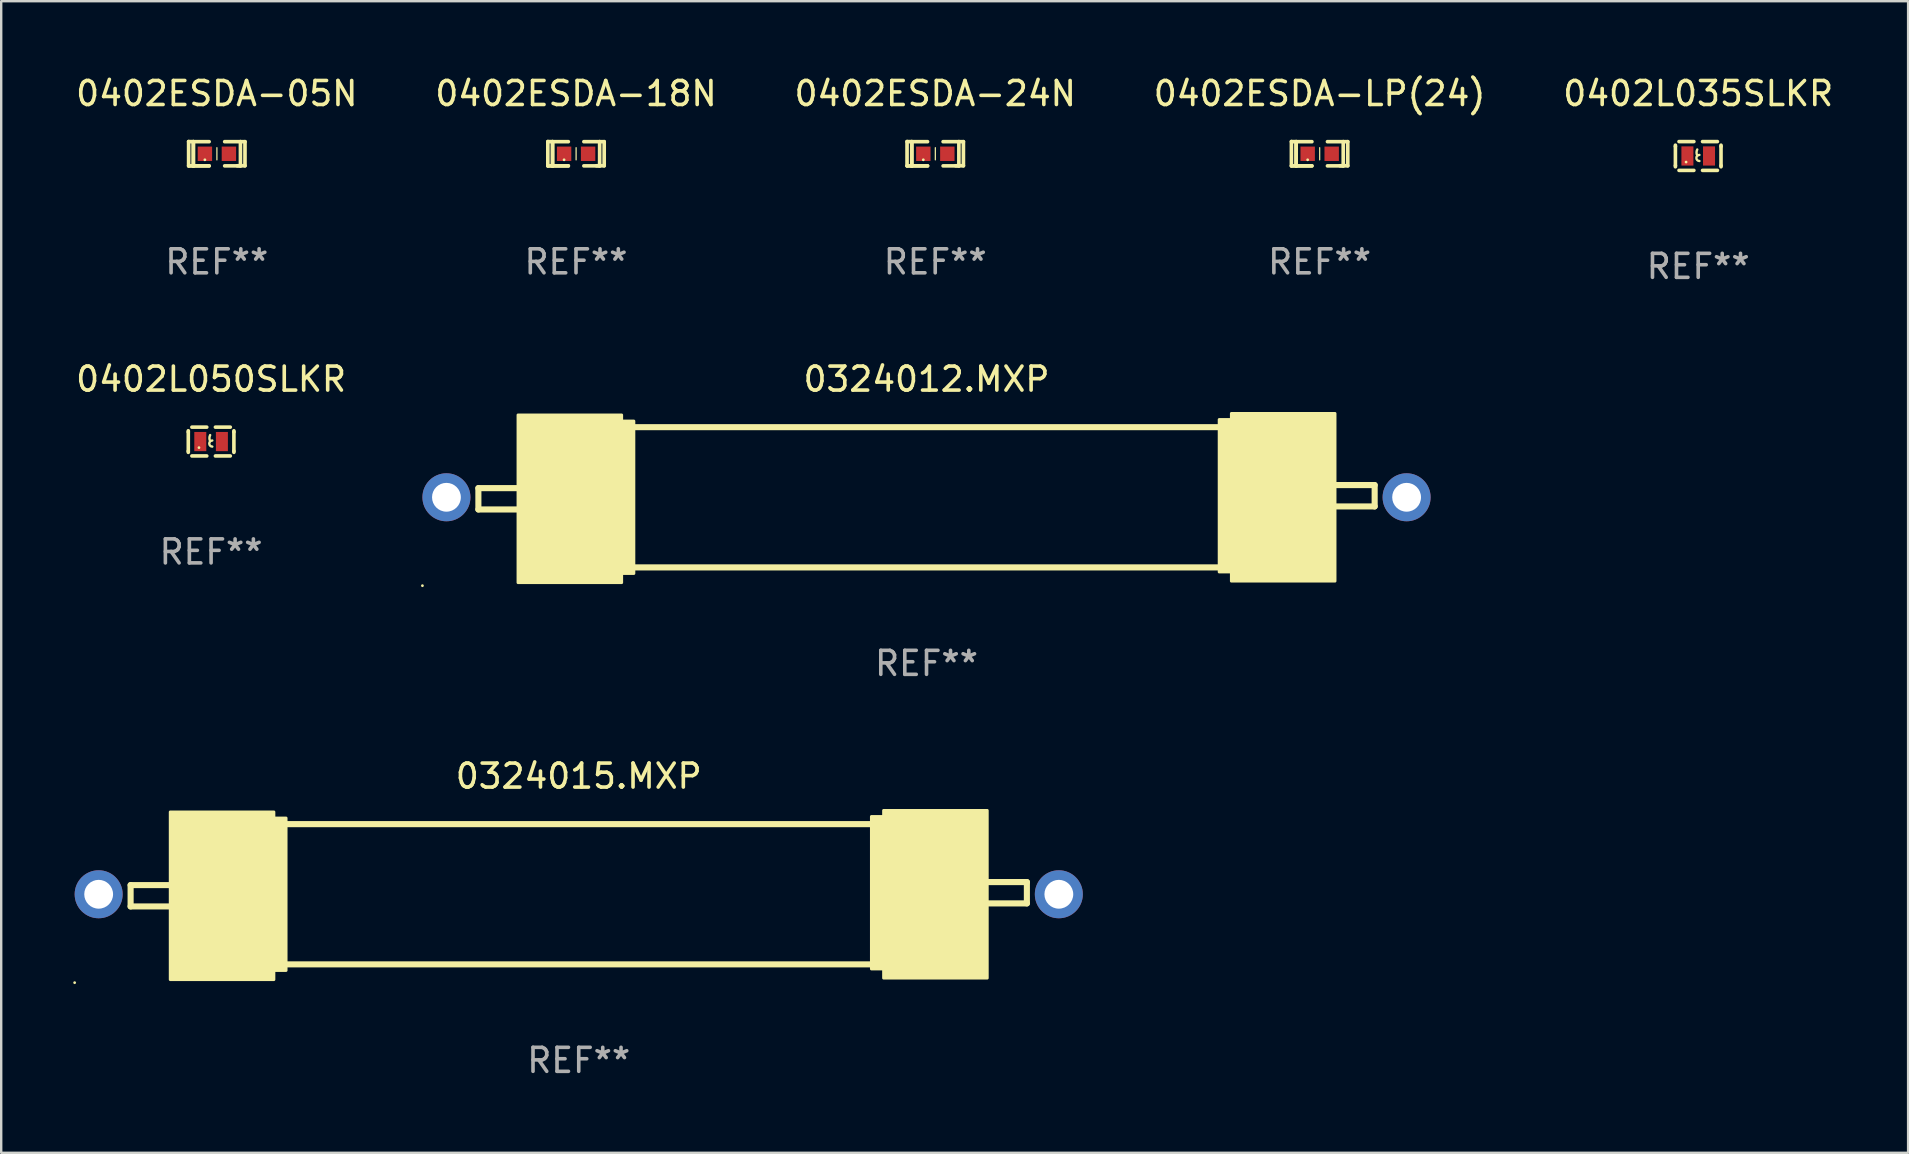
<source format=kicad_pcb>
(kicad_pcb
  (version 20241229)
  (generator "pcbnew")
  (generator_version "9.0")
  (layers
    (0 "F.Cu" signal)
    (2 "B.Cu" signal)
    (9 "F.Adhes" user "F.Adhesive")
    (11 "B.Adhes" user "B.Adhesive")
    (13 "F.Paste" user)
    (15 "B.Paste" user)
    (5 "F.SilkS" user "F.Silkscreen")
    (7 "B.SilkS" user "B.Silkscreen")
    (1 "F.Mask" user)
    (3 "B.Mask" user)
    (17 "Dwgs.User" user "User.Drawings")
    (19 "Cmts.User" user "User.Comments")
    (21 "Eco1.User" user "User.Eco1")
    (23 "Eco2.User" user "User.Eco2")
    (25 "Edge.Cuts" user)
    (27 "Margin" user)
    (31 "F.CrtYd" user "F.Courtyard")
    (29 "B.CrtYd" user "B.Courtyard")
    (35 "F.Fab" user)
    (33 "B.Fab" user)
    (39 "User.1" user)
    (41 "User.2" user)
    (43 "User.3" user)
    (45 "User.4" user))
  (footprint "0402ESDA-LP(24)"
    (layer "F.Cu")
    (at 51.923 3.354)
    (property "Reference" "0402ESDA-LP(24)" (at 0 -2.506 0) (layer "F.SilkS") (effects (font (size 1 1) (thickness 0.15))))
    (attr through_hole)
    (fp_line (start -1.174 -0.506) (end -0.977 -0.502) (stroke (width 0.152) (type solid)) (layer "F.SilkS"))
    (fp_line (start -1.174 0.506) (end -1.174 -0.506) (stroke (width 0.152) (type solid)) (layer "F.SilkS"))
    (fp_line (start -0.977 -0.502) (end -0.977 0.506) (stroke (width 0.152) (type solid)) (layer "F.SilkS"))
    (fp_line (start -0.977 -0.502) (end -0.977 0.506) (stroke (width 0.152) (type solid)) (layer "F.SilkS"))
    (fp_line (start -0.977 0.506) (end -1.166 0.506) (stroke (width 0.152) (type solid)) (layer "F.SilkS"))
    (fp_line (start -0.977 0.506) (end -0.32 0.506) (stroke (width 0.152) (type solid)) (layer "F.SilkS"))
    (fp_line (start -0.977 0.506) (end -0.32 0.506) (stroke (width 0.152) (type solid)) (layer "F.SilkS"))
    (fp_line (start -0.971 0.506) (end -1.174 0.506) (stroke (width 0.152) (type solid)) (layer "F.SilkS"))
    (fp_line (start -0.32 -0.502) (end -0.977 -0.502) (stroke (width 0.152) (type solid)) (layer "F.SilkS"))
    (fp_line (start 0.004 -0.252) (end 0.004 0.256) (stroke (width 0.051) (type solid)) (layer "F.SilkS"))
    (fp_line (start 0.328 0.506) (end 0.985 0.506) (stroke (width 0.152) (type solid)) (layer "F.SilkS"))
    (fp_line (start 0.985 -0.502) (end 0.328 -0.502) (stroke (width 0.152) (type solid)) (layer "F.SilkS"))
    (fp_line (start 0.985 -0.502) (end 1.174 -0.502) (stroke (width 0.152) (type solid)) (layer "F.SilkS"))
    (fp_line (start 0.985 0.506) (end 0.985 -0.502) (stroke (width 0.152) (type solid)) (layer "F.SilkS"))
    (fp_line (start 1.174 -0.502) (end 1.174 0.502) (stroke (width 0.152) (type solid)) (layer "F.SilkS"))
    (fp_line (start 1.174 0.502) (end 0.851 0.502) (stroke (width 0.152) (type solid)) (layer "F.SilkS"))
    (fp_circle (center -0.497 0.253) (end -0.467 0.253) (stroke (width 0.06) (type solid)) (fill no) (layer "F.SilkS"))
    (fp_text user "REF**" (at 0 4.506 0) (layer "F.Fab") (effects (font (size 1 1) (thickness 0.15))))
    (pad "1" smd rect (at -0.496 0.002) (size 0.6 0.6) (layers "F.Cu" "F.Mask" "F.Paste"))
    (pad "2" smd rect (at 0.504 0.002) (size 0.6 0.6) (layers "F.Cu" "F.Mask" "F.Paste")))
  (footprint "0324012.MXP"
    (layer "F.Cu")
    (at 35.548 17.666)
    (property "Reference" "0324012.MXP" (at 0 -4.921 0) (layer "F.SilkS") (effects (font (size 1 1) (thickness 0.15))))
    (attr through_hole)
    (fp_line (start -18.669 -0.381) (end -17.018 -0.381) (stroke (width 0.254) (type solid)) (layer "F.SilkS"))
    (fp_line (start -18.669 0.508) (end -18.669 -0.381) (stroke (width 0.254) (type solid)) (layer "F.SilkS"))
    (fp_line (start -17.018 0.508) (end -18.669 0.508) (stroke (width 0.254) (type solid)) (layer "F.SilkS"))
    (fp_line (start -12.192 -2.921) (end 12.192 -2.921) (stroke (width 0.254) (type solid)) (layer "F.SilkS"))
    (fp_line (start -12.192 2.921) (end 12.192 2.921) (stroke (width 0.254) (type solid)) (layer "F.SilkS"))
    (fp_line (start 17.018 -0.508) (end 18.669 -0.508) (stroke (width 0.254) (type solid)) (layer "F.SilkS"))
    (fp_line (start 18.669 -0.508) (end 18.669 0.381) (stroke (width 0.254) (type solid)) (layer "F.SilkS"))
    (fp_line (start 18.669 0.381) (end 17.018 0.381) (stroke (width 0.254) (type solid)) (layer "F.SilkS"))
    (fp_circle (center -21 3.683) (end -20.97 3.683) (stroke (width 0.06) (type solid)) (fill no) (layer "F.SilkS"))
    (fp_poly (pts (xy -17.018 -3.429) (xy -12.7 -3.429) (xy -12.7 3.556) (xy -17.018 3.556)) (stroke (width 0.12) (type solid)) (fill yes) (layer "F.SilkS"))
    (fp_poly (pts (xy -12.7 -3.175) (xy -12.192 -3.175) (xy -12.192 3.175) (xy -12.7 3.175)) (stroke (width 0.12) (type solid)) (fill yes) (layer "F.SilkS"))
    (fp_poly (pts (xy 12.192 -3.239) (xy 12.7 -3.239) (xy 12.7 3.112) (xy 12.192 3.112)) (stroke (width 0.12) (type solid)) (fill yes) (layer "F.SilkS"))
    (fp_poly (pts (xy 12.7 -3.493) (xy 17.018 -3.493) (xy 17.018 3.493) (xy 12.7 3.493)) (stroke (width 0.12) (type solid)) (fill yes) (layer "F.SilkS"))
    (fp_text user "REF**" (at 0 6.921 0) (layer "F.Fab") (effects (font (size 1 1) (thickness 0.15))))
    (pad "1" thru_hole circle (at -20 0) (size 2 2) (drill 1.2) (layers "*.Cu" "*.Mask"))
    (pad "2" thru_hole circle (at 20 0) (size 2 2) (drill 1.2) (layers "*.Cu" "*.Mask")))
  (footprint "0402ESDA-05N"
    (layer "F.Cu")
    (at 5.982 3.354)
    (property "Reference" "0402ESDA-05N" (at 0 -2.506 0) (layer "F.SilkS") (effects (font (size 1 1) (thickness 0.15))))
    (attr through_hole)
    (fp_line (start -1.174 -0.506) (end -0.977 -0.502) (stroke (width 0.152) (type solid)) (layer "F.SilkS"))
    (fp_line (start -1.174 0.506) (end -1.174 -0.506) (stroke (width 0.152) (type solid)) (layer "F.SilkS"))
    (fp_line (start -0.977 -0.502) (end -0.977 0.506) (stroke (width 0.152) (type solid)) (layer "F.SilkS"))
    (fp_line (start -0.977 -0.502) (end -0.977 0.506) (stroke (width 0.152) (type solid)) (layer "F.SilkS"))
    (fp_line (start -0.977 0.506) (end -1.166 0.506) (stroke (width 0.152) (type solid)) (layer "F.SilkS"))
    (fp_line (start -0.977 0.506) (end -0.32 0.506) (stroke (width 0.152) (type solid)) (layer "F.SilkS"))
    (fp_line (start -0.977 0.506) (end -0.32 0.506) (stroke (width 0.152) (type solid)) (layer "F.SilkS"))
    (fp_line (start -0.971 0.506) (end -1.174 0.506) (stroke (width 0.152) (type solid)) (layer "F.SilkS"))
    (fp_line (start -0.32 -0.502) (end -0.977 -0.502) (stroke (width 0.152) (type solid)) (layer "F.SilkS"))
    (fp_line (start 0.004 -0.252) (end 0.004 0.256) (stroke (width 0.051) (type solid)) (layer "F.SilkS"))
    (fp_line (start 0.328 0.506) (end 0.985 0.506) (stroke (width 0.152) (type solid)) (layer "F.SilkS"))
    (fp_line (start 0.985 -0.502) (end 0.328 -0.502) (stroke (width 0.152) (type solid)) (layer "F.SilkS"))
    (fp_line (start 0.985 -0.502) (end 1.174 -0.502) (stroke (width 0.152) (type solid)) (layer "F.SilkS"))
    (fp_line (start 0.985 0.506) (end 0.985 -0.502) (stroke (width 0.152) (type solid)) (layer "F.SilkS"))
    (fp_line (start 1.174 -0.502) (end 1.174 0.502) (stroke (width 0.152) (type solid)) (layer "F.SilkS"))
    (fp_line (start 1.174 0.502) (end 0.851 0.502) (stroke (width 0.152) (type solid)) (layer "F.SilkS"))
    (fp_circle (center -0.497 0.253) (end -0.467 0.253) (stroke (width 0.06) (type solid)) (fill no) (layer "F.SilkS"))
    (fp_text user "REF**" (at 0 4.506 0) (layer "F.Fab") (effects (font (size 1 1) (thickness 0.15))))
    (pad "1" smd rect (at -0.496 0.002) (size 0.6 0.6) (layers "F.Cu" "F.Mask" "F.Paste"))
    (pad "2" smd rect (at 0.504 0.002) (size 0.6 0.6) (layers "F.Cu" "F.Mask" "F.Paste")))
  (footprint "0324015.MXP"
    (layer "F.Cu")
    (at 21.06 34.204)
    (property "Reference" "0324015.MXP" (at 0 -4.921 0) (layer "F.SilkS") (effects (font (size 1 1) (thickness 0.15))))
    (attr through_hole)
    (fp_line (start -18.669 -0.381) (end -17.018 -0.381) (stroke (width 0.254) (type solid)) (layer "F.SilkS"))
    (fp_line (start -18.669 0.508) (end -18.669 -0.381) (stroke (width 0.254) (type solid)) (layer "F.SilkS"))
    (fp_line (start -17.018 0.508) (end -18.669 0.508) (stroke (width 0.254) (type solid)) (layer "F.SilkS"))
    (fp_line (start -12.192 -2.921) (end 12.192 -2.921) (stroke (width 0.254) (type solid)) (layer "F.SilkS"))
    (fp_line (start -12.192 2.921) (end 12.192 2.921) (stroke (width 0.254) (type solid)) (layer "F.SilkS"))
    (fp_line (start 17.018 -0.508) (end 18.669 -0.508) (stroke (width 0.254) (type solid)) (layer "F.SilkS"))
    (fp_line (start 18.669 -0.508) (end 18.669 0.381) (stroke (width 0.254) (type solid)) (layer "F.SilkS"))
    (fp_line (start 18.669 0.381) (end 17.018 0.381) (stroke (width 0.254) (type solid)) (layer "F.SilkS"))
    (fp_circle (center -21 3.683) (end -20.97 3.683) (stroke (width 0.06) (type solid)) (fill no) (layer "F.SilkS"))
    (fp_poly (pts (xy -17.018 -3.429) (xy -12.7 -3.429) (xy -12.7 3.556) (xy -17.018 3.556)) (stroke (width 0.12) (type solid)) (fill yes) (layer "F.SilkS"))
    (fp_poly (pts (xy -12.7 -3.175) (xy -12.192 -3.175) (xy -12.192 3.175) (xy -12.7 3.175)) (stroke (width 0.12) (type solid)) (fill yes) (layer "F.SilkS"))
    (fp_poly (pts (xy 12.192 -3.239) (xy 12.7 -3.239) (xy 12.7 3.112) (xy 12.192 3.112)) (stroke (width 0.12) (type solid)) (fill yes) (layer "F.SilkS"))
    (fp_poly (pts (xy 12.7 -3.493) (xy 17.018 -3.493) (xy 17.018 3.493) (xy 12.7 3.493)) (stroke (width 0.12) (type solid)) (fill yes) (layer "F.SilkS"))
    (fp_text user "REF**" (at 0 6.921 0) (layer "F.Fab") (effects (font (size 1 1) (thickness 0.15))))
    (pad "1" thru_hole circle (at -20 0) (size 2 2) (drill 1.2) (layers "*.Cu" "*.Mask"))
    (pad "2" thru_hole circle (at 20 0) (size 2 2) (drill 1.2) (layers "*.Cu" "*.Mask")))
  (footprint "0402L035SLKR"
    (layer "F.Cu")
    (at 67.696 3.448)
    (property "Reference" "0402L035SLKR" (at 0 -2.6 0) (layer "F.SilkS") (effects (font (size 1 1) (thickness 0.15))))
    (attr through_hole)
    (fp_line (start -0.95 -0.45) (end -0.95 -0.4) (stroke (width 0.15) (type solid)) (layer "F.SilkS"))
    (fp_line (start -0.95 -0.4) (end -0.95 0.4) (stroke (width 0.15) (type solid)) (layer "F.SilkS"))
    (fp_line (start -0.95 0.45) (end -0.95 0.4) (stroke (width 0.15) (type solid)) (layer "F.SilkS"))
    (fp_line (start -0.18 -0.6) (end -0.8 -0.6) (stroke (width 0.15) (type solid)) (layer "F.SilkS"))
    (fp_line (start -0.18 0.6) (end -0.8 0.6) (stroke (width 0.15) (type solid)) (layer "F.SilkS"))
    (fp_line (start 0.18 -0.6) (end 0.8 -0.6) (stroke (width 0.15) (type solid)) (layer "F.SilkS"))
    (fp_line (start 0.18 0.6) (end 0.8 0.6) (stroke (width 0.15) (type solid)) (layer "F.SilkS"))
    (fp_line (start 0.95 -0.45) (end 0.95 -0.4) (stroke (width 0.15) (type solid)) (layer "F.SilkS"))
    (fp_line (start 0.95 -0.4) (end 0.95 0.4) (stroke (width 0.15) (type solid)) (layer "F.SilkS"))
    (fp_line (start 0.95 0.45) (end 0.95 0.4) (stroke (width 0.15) (type solid)) (layer "F.SilkS"))
    (fp_arc (start -0.039942 -0.016052) (mid -0.069923 -0.143053) (end -0.039942 -0.270053) (stroke (width 0.1) (type solid)) (layer "F.SilkS"))
    (fp_arc (start 0.050076 0.209957) (mid -0.076924 0.082957) (end 0.050076 -0.044043) (stroke (width 0.1) (type solid)) (layer "F.SilkS"))
    (fp_circle (center -0.505 0.253) (end -0.475 0.253) (stroke (width 0.06) (type solid)) (fill no) (layer "F.SilkS"))
    (fp_text user "REF**" (at 0 4.6 0) (layer "F.Fab") (effects (font (size 1 1) (thickness 0.15))))
    (pad "1" smd rect (at -0.45 -0.000051) (size 0.5 0.8) (layers "F.Cu" "F.Mask" "F.Paste"))
    (pad "2" smd rect (at 0.45 -0.000051) (size 0.5 0.8) (layers "F.Cu" "F.Mask" "F.Paste")))
  (footprint "0402ESDA-24N"
    (layer "F.Cu")
    (at 35.911 3.354)
    (property "Reference" "0402ESDA-24N" (at 0 -2.506 0) (layer "F.SilkS") (effects (font (size 1 1) (thickness 0.15))))
    (attr through_hole)
    (fp_line (start -1.174 -0.506) (end -0.977 -0.502) (stroke (width 0.152) (type solid)) (layer "F.SilkS"))
    (fp_line (start -1.174 0.506) (end -1.174 -0.506) (stroke (width 0.152) (type solid)) (layer "F.SilkS"))
    (fp_line (start -0.977 -0.502) (end -0.977 0.506) (stroke (width 0.152) (type solid)) (layer "F.SilkS"))
    (fp_line (start -0.977 -0.502) (end -0.977 0.506) (stroke (width 0.152) (type solid)) (layer "F.SilkS"))
    (fp_line (start -0.977 0.506) (end -1.166 0.506) (stroke (width 0.152) (type solid)) (layer "F.SilkS"))
    (fp_line (start -0.977 0.506) (end -0.32 0.506) (stroke (width 0.152) (type solid)) (layer "F.SilkS"))
    (fp_line (start -0.977 0.506) (end -0.32 0.506) (stroke (width 0.152) (type solid)) (layer "F.SilkS"))
    (fp_line (start -0.971 0.506) (end -1.174 0.506) (stroke (width 0.152) (type solid)) (layer "F.SilkS"))
    (fp_line (start -0.32 -0.502) (end -0.977 -0.502) (stroke (width 0.152) (type solid)) (layer "F.SilkS"))
    (fp_line (start 0.004 -0.252) (end 0.004 0.256) (stroke (width 0.051) (type solid)) (layer "F.SilkS"))
    (fp_line (start 0.328 0.506) (end 0.985 0.506) (stroke (width 0.152) (type solid)) (layer "F.SilkS"))
    (fp_line (start 0.985 -0.502) (end 0.328 -0.502) (stroke (width 0.152) (type solid)) (layer "F.SilkS"))
    (fp_line (start 0.985 -0.502) (end 1.174 -0.502) (stroke (width 0.152) (type solid)) (layer "F.SilkS"))
    (fp_line (start 0.985 0.506) (end 0.985 -0.502) (stroke (width 0.152) (type solid)) (layer "F.SilkS"))
    (fp_line (start 1.174 -0.502) (end 1.174 0.502) (stroke (width 0.152) (type solid)) (layer "F.SilkS"))
    (fp_line (start 1.174 0.502) (end 0.851 0.502) (stroke (width 0.152) (type solid)) (layer "F.SilkS"))
    (fp_circle (center -0.497 0.253) (end -0.467 0.253) (stroke (width 0.06) (type solid)) (fill no) (layer "F.SilkS"))
    (fp_text user "REF**" (at 0 4.506 0) (layer "F.Fab") (effects (font (size 1 1) (thickness 0.15))))
    (pad "1" smd rect (at -0.496 0.002) (size 0.6 0.6) (layers "F.Cu" "F.Mask" "F.Paste"))
    (pad "2" smd rect (at 0.504 0.002) (size 0.6 0.6) (layers "F.Cu" "F.Mask" "F.Paste")))
  (footprint "0402ESDA-18N"
    (layer "F.Cu")
    (at 20.946 3.354)
    (property "Reference" "0402ESDA-18N" (at 0 -2.506 0) (layer "F.SilkS") (effects (font (size 1 1) (thickness 0.15))))
    (attr through_hole)
    (fp_line (start -1.174 -0.506) (end -0.977 -0.502) (stroke (width 0.152) (type solid)) (layer "F.SilkS"))
    (fp_line (start -1.174 0.506) (end -1.174 -0.506) (stroke (width 0.152) (type solid)) (layer "F.SilkS"))
    (fp_line (start -0.977 -0.502) (end -0.977 0.506) (stroke (width 0.152) (type solid)) (layer "F.SilkS"))
    (fp_line (start -0.977 -0.502) (end -0.977 0.506) (stroke (width 0.152) (type solid)) (layer "F.SilkS"))
    (fp_line (start -0.977 0.506) (end -1.166 0.506) (stroke (width 0.152) (type solid)) (layer "F.SilkS"))
    (fp_line (start -0.977 0.506) (end -0.32 0.506) (stroke (width 0.152) (type solid)) (layer "F.SilkS"))
    (fp_line (start -0.977 0.506) (end -0.32 0.506) (stroke (width 0.152) (type solid)) (layer "F.SilkS"))
    (fp_line (start -0.971 0.506) (end -1.174 0.506) (stroke (width 0.152) (type solid)) (layer "F.SilkS"))
    (fp_line (start -0.32 -0.502) (end -0.977 -0.502) (stroke (width 0.152) (type solid)) (layer "F.SilkS"))
    (fp_line (start 0.004 -0.252) (end 0.004 0.256) (stroke (width 0.051) (type solid)) (layer "F.SilkS"))
    (fp_line (start 0.328 0.506) (end 0.985 0.506) (stroke (width 0.152) (type solid)) (layer "F.SilkS"))
    (fp_line (start 0.985 -0.502) (end 0.328 -0.502) (stroke (width 0.152) (type solid)) (layer "F.SilkS"))
    (fp_line (start 0.985 -0.502) (end 1.174 -0.502) (stroke (width 0.152) (type solid)) (layer "F.SilkS"))
    (fp_line (start 0.985 0.506) (end 0.985 -0.502) (stroke (width 0.152) (type solid)) (layer "F.SilkS"))
    (fp_line (start 1.174 -0.502) (end 1.174 0.502) (stroke (width 0.152) (type solid)) (layer "F.SilkS"))
    (fp_line (start 1.174 0.502) (end 0.851 0.502) (stroke (width 0.152) (type solid)) (layer "F.SilkS"))
    (fp_circle (center -0.497 0.253) (end -0.467 0.253) (stroke (width 0.06) (type solid)) (fill no) (layer "F.SilkS"))
    (fp_text user "REF**" (at 0 4.506 0) (layer "F.Fab") (effects (font (size 1 1) (thickness 0.15))))
    (pad "1" smd rect (at -0.496 0.002) (size 0.6 0.6) (layers "F.Cu" "F.Mask" "F.Paste"))
    (pad "2" smd rect (at 0.504 0.002) (size 0.6 0.6) (layers "F.Cu" "F.Mask" "F.Paste")))
  (footprint "0402L050SLKR"
    (layer "F.Cu")
    (at 5.744 15.345)
    (property "Reference" "0402L050SLKR" (at 0 -2.6 0) (layer "F.SilkS") (effects (font (size 1 1) (thickness 0.15))))
    (attr through_hole)
    (fp_line (start -0.95 -0.45) (end -0.95 -0.4) (stroke (width 0.15) (type solid)) (layer "F.SilkS"))
    (fp_line (start -0.95 -0.4) (end -0.95 0.4) (stroke (width 0.15) (type solid)) (layer "F.SilkS"))
    (fp_line (start -0.95 0.45) (end -0.95 0.4) (stroke (width 0.15) (type solid)) (layer "F.SilkS"))
    (fp_line (start -0.18 -0.6) (end -0.8 -0.6) (stroke (width 0.15) (type solid)) (layer "F.SilkS"))
    (fp_line (start -0.18 0.6) (end -0.8 0.6) (stroke (width 0.15) (type solid)) (layer "F.SilkS"))
    (fp_line (start 0.18 -0.6) (end 0.8 -0.6) (stroke (width 0.15) (type solid)) (layer "F.SilkS"))
    (fp_line (start 0.18 0.6) (end 0.8 0.6) (stroke (width 0.15) (type solid)) (layer "F.SilkS"))
    (fp_line (start 0.95 -0.45) (end 0.95 -0.4) (stroke (width 0.15) (type solid)) (layer "F.SilkS"))
    (fp_line (start 0.95 -0.4) (end 0.95 0.4) (stroke (width 0.15) (type solid)) (layer "F.SilkS"))
    (fp_line (start 0.95 0.45) (end 0.95 0.4) (stroke (width 0.15) (type solid)) (layer "F.SilkS"))
    (fp_arc (start -0.039942 -0.016052) (mid -0.069923 -0.143053) (end -0.039942 -0.270053) (stroke (width 0.1) (type solid)) (layer "F.SilkS"))
    (fp_arc (start 0.050076 0.209957) (mid -0.076924 0.082957) (end 0.050076 -0.044043) (stroke (width 0.1) (type solid)) (layer "F.SilkS"))
    (fp_circle (center -0.505 0.253) (end -0.475 0.253) (stroke (width 0.06) (type solid)) (fill no) (layer "F.SilkS"))
    (fp_text user "REF**" (at 0 4.6 0) (layer "F.Fab") (effects (font (size 1 1) (thickness 0.15))))
    (pad "1" smd rect (at -0.45 -0.000051) (size 0.5 0.8) (layers "F.Cu" "F.Mask" "F.Paste"))
    (pad "2" smd rect (at 0.45 -0.000051) (size 0.5 0.8) (layers "F.Cu" "F.Mask" "F.Paste")))
  (gr_rect
    (start -3 -3)
    (end 76.44 44.974)
    (stroke (width 0.1) (type default))
    (fill no)
    (layer "Edge.Cuts")))
</source>
